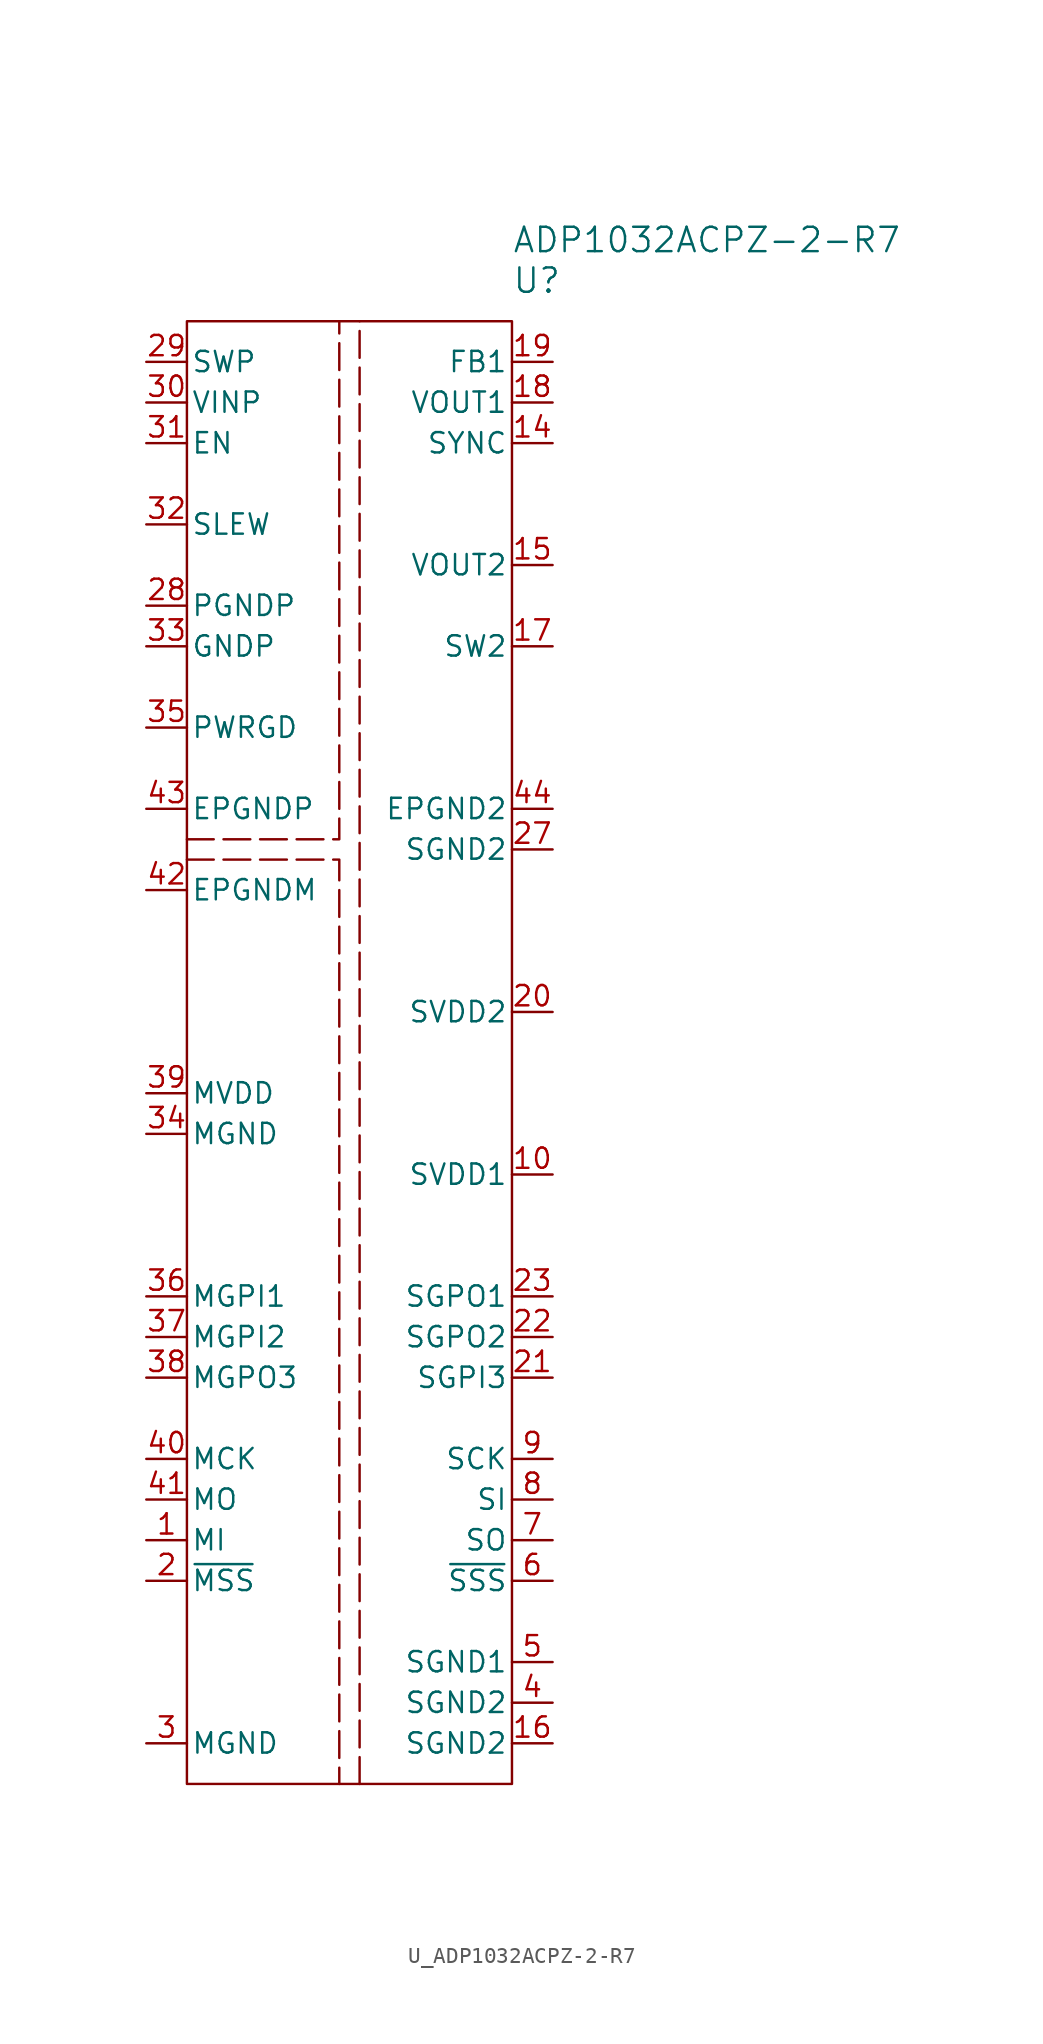
<source format=kicad_sym>
(kicad_symbol_lib
  (version 20241209)
  (generator "kicad_symbol_editor")
  (generator_version "9.0")
  (symbol "U_ADP1032ACPZ-2-R7"
    (pin_names
      (offset 0.254))
    (property "Reference" "U"
      (at 10.16 50.8 0)
      (effects (font (size 1.524 1.524)) (justify left)))
    (property "Value" "ADP1032ACPZ-2-R7"
      (at 10.16 53.34 0)
      (effects (font (size 1.524 1.524)) (justify left)))
    (symbol "U_ADP1032ACPZ-2-R7_0_1"
      (pin power_in line (at -12.7 43.18 0) (length 2.54) (name "VINP" (effects (font (size 1.27 1.27)))) (number "30" (effects (font (size 1.27 1.27)))))
      (pin input line (at -12.7 40.64 0) (length 2.54) (name "EN" (effects (font (size 1.27 1.27)))) (number "31" (effects (font (size 1.27 1.27)))))
      (pin input line (at -12.7 35.56 0) (length 2.54) (name "SLEW" (effects (font (size 1.27 1.27)))) (number "32" (effects (font (size 1.27 1.27)))))
      (pin power_out line (at -12.7 30.48 0) (length 2.54) (name "PGNDP" (effects (font (size 1.27 1.27)))) (number "28" (effects (font (size 1.27 1.27)))))
      (pin power_out line (at -12.7 27.94 0) (length 2.54) (name "GNDP" (effects (font (size 1.27 1.27)))) (number "33" (effects (font (size 1.27 1.27)))))
      (pin power_out line (at -12.7 22.86 0) (length 2.54) (name "PWRGD" (effects (font (size 1.27 1.27)))) (number "35" (effects (font (size 1.27 1.27)))))
      (pin power_out line (at -12.7 17.78 0) (length 2.54) (name "EPGNDP" (effects (font (size 1.27 1.27)))) (number "43" (effects (font (size 1.27 1.27)))))
      (pin power_out line (at -12.7 12.7 0) (length 2.54) (name "EPGNDM" (effects (font (size 1.27 1.27)))) (number "42" (effects (font (size 1.27 1.27)))))
      (pin power_in line (at -12.7 0 0) (length 2.54) (name "MVDD" (effects (font (size 1.27 1.27)))) (number "39" (effects (font (size 1.27 1.27)))))
      (pin power_out line (at -12.7 -2.54 0) (length 2.54) (name "MGND" (effects (font (size 1.27 1.27)))) (number "34" (effects (font (size 1.27 1.27)))))
      (pin input line (at -12.7 -12.7 0) (length 2.54) (name "MGPI1" (effects (font (size 1.27 1.27)))) (number "36" (effects (font (size 1.27 1.27)))))
      (pin input line (at -12.7 -15.24 0) (length 2.54) (name "MGPI2" (effects (font (size 1.27 1.27)))) (number "37" (effects (font (size 1.27 1.27)))))
      (pin output line (at -12.7 -17.78 0) (length 2.54) (name "MGPO3" (effects (font (size 1.27 1.27)))) (number "38" (effects (font (size 1.27 1.27)))))
      (pin input line (at -12.7 -22.86 0) (length 2.54) (name "MCK" (effects (font (size 1.27 1.27)))) (number "40" (effects (font (size 1.27 1.27)))))
      (pin input line (at -12.7 -25.4 0) (length 2.54) (name "MO" (effects (font (size 1.27 1.27)))) (number "41" (effects (font (size 1.27 1.27)))))
      (pin output line (at -12.7 -27.94 0) (length 2.54) (name "MI" (effects (font (size 1.27 1.27)))) (number "1" (effects (font (size 1.27 1.27)))))
      (pin input line (at 12.7 40.64 180) (length 2.54) (name "SYNC" (effects (font (size 1.27 1.27)))) (number "14" (effects (font (size 1.27 1.27)))))
      (pin power_out line (at 12.7 17.78 180) (length 2.54) (name "EPGND2" (effects (font (size 1.27 1.27)))) (number "44" (effects (font (size 1.27 1.27)))))
      (pin power_out line (at 12.7 15.24 180) (length 2.54) (name "SGND2" (effects (font (size 1.27 1.27)))) (number "27" (effects (font (size 1.27 1.27)))))
      (pin power_in line (at 12.7 5.08 180) (length 2.54) (name "SVDD2" (effects (font (size 1.27 1.27)))) (number "20" (effects (font (size 1.27 1.27)))))
      (pin power_in line (at 12.7 -5.08 180) (length 2.54) (name "SVDD1" (effects (font (size 1.27 1.27)))) (number "10" (effects (font (size 1.27 1.27)))))
      (pin input line (at 12.7 -17.78 180) (length 2.54) (name "SGPI3" (effects (font (size 1.27 1.27)))) (number "21" (effects (font (size 1.27 1.27)))))
      (pin output line (at 12.7 -22.86 180) (length 2.54) (name "SCK" (effects (font (size 1.27 1.27)))) (number "9" (effects (font (size 1.27 1.27)))))
      (pin output line (at 12.7 -25.4 180) (length 2.54) (name "SI" (effects (font (size 1.27 1.27)))) (number "8" (effects (font (size 1.27 1.27)))))
      (pin input line (at 12.7 -27.94 180) (length 2.54) (name "SO" (effects (font (size 1.27 1.27)))) (number "7" (effects (font (size 1.27 1.27))))))
    (symbol "U_ADP1032ACPZ-2-R7_1_1"
      (rectangle (start -10.16 48.26) (end 10.16 -43.18) (stroke (width 0) (type default)) (fill (type none)))
      (polyline (pts (xy -10.16 15.875) (xy -0.635 15.875) (xy -0.635 48.26)) (stroke (width 0) (type dash)) (fill (type none)))
      (polyline (pts (xy -10.16 14.605) (xy -0.635 14.605) (xy -0.635 -43.18)) (stroke (width 0) (type dash)) (fill (type none)))
      (polyline (pts (xy 0.635 -43.18) (xy 0.635 48.26)) (stroke (width 0) (type dash)) (fill (type none)))
      (pin power_in line (at -12.7 45.72 0) (length 2.54) (name "SWP" (effects (font (size 1.27 1.27)))) (number "29" (effects (font (size 1.27 1.27)))))
      (pin input line (at -12.7 -30.48 0) (length 2.54) (name "~{MSS}" (effects (font (size 1.27 1.27)))) (number "2" (effects (font (size 1.27 1.27)))))
      (pin power_in line (at -12.7 -40.64 0) (length 2.54) (name "MGND" (effects (font (size 1.27 1.27)))) (number "3" (effects (font (size 1.27 1.27)))))
      (pin input line (at 12.7 45.72 180) (length 2.54) (name "FB1" (effects (font (size 1.27 1.27)))) (number "19" (effects (font (size 1.27 1.27)))))
      (pin power_out line (at 12.7 43.18 180) (length 2.54) (name "VOUT1" (effects (font (size 1.27 1.27)))) (number "18" (effects (font (size 1.27 1.27)))))
      (pin power_out line (at 12.7 33.02 180) (length 2.54) (name "VOUT2" (effects (font (size 1.27 1.27)))) (number "15" (effects (font (size 1.27 1.27)))))
      (pin power_in line (at 12.7 27.94 180) (length 2.54) (name "SW2" (effects (font (size 1.27 1.27)))) (number "17" (effects (font (size 1.27 1.27)))))
      (pin no_connect line (at 12.7 12.7 180) (length 2.54) (hide yes) (name "DNC" (effects (font (size 1.27 1.27)))) (number "26" (effects (font (size 1.27 1.27)))))
      (pin no_connect line (at 12.7 10.16 180) (length 2.54) (hide yes) (name "DNC" (effects (font (size 1.27 1.27)))) (number "25" (effects (font (size 1.27 1.27)))))
      (pin no_connect line (at 12.7 7.62 180) (length 2.54) (hide yes) (name "DNC" (effects (font (size 1.27 1.27)))) (number "24" (effects (font (size 1.27 1.27)))))
      (pin no_connect line (at 12.7 2.54 180) (length 2.54) (hide yes) (name "DNC" (effects (font (size 1.27 1.27)))) (number "13" (effects (font (size 1.27 1.27)))))
      (pin no_connect line (at 12.7 0 180) (length 2.54) (hide yes) (name "DNC" (effects (font (size 1.27 1.27)))) (number "12" (effects (font (size 1.27 1.27)))))
      (pin no_connect line (at 12.7 -2.54 180) (length 2.54) (hide yes) (name "DNC" (effects (font (size 1.27 1.27)))) (number "11" (effects (font (size 1.27 1.27)))))
      (pin output line (at 12.7 -12.7 180) (length 2.54) (name "SGPO1" (effects (font (size 1.27 1.27)))) (number "23" (effects (font (size 1.27 1.27)))))
      (pin output line (at 12.7 -15.24 180) (length 2.54) (name "SGPO2" (effects (font (size 1.27 1.27)))) (number "22" (effects (font (size 1.27 1.27)))))
      (pin output line (at 12.7 -30.48 180) (length 2.54) (name "~{SSS}" (effects (font (size 1.27 1.27)))) (number "6" (effects (font (size 1.27 1.27)))))
      (pin power_in line (at 12.7 -35.56 180) (length 2.54) (name "SGND1" (effects (font (size 1.27 1.27)))) (number "5" (effects (font (size 1.27 1.27)))))
      (pin power_in line (at 12.7 -38.1 180) (length 2.54) (name "SGND2" (effects (font (size 1.27 1.27)))) (number "4" (effects (font (size 1.27 1.27)))))
      (pin power_in line (at 12.7 -40.64 180) (length 2.54) (name "SGND2" (effects (font (size 1.27 1.27)))) (number "16" (effects (font (size 1.27 1.27))))))))
</source>
